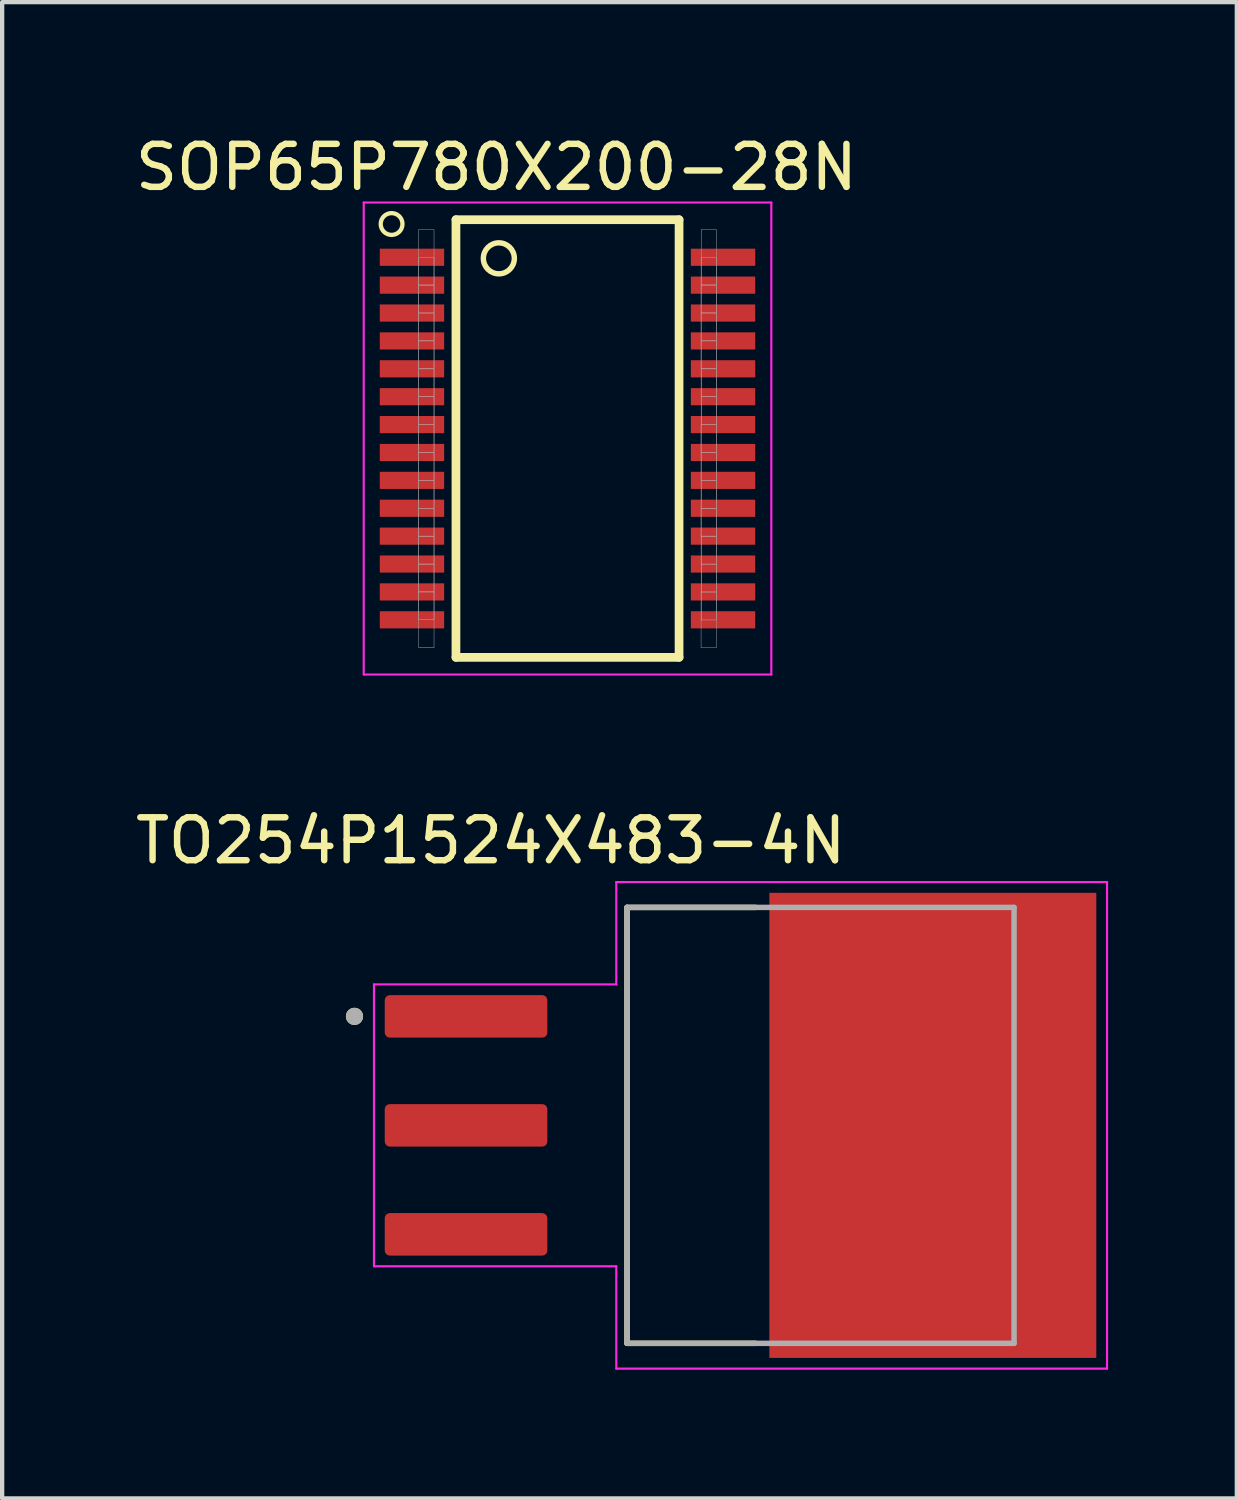
<source format=kicad_pcb>
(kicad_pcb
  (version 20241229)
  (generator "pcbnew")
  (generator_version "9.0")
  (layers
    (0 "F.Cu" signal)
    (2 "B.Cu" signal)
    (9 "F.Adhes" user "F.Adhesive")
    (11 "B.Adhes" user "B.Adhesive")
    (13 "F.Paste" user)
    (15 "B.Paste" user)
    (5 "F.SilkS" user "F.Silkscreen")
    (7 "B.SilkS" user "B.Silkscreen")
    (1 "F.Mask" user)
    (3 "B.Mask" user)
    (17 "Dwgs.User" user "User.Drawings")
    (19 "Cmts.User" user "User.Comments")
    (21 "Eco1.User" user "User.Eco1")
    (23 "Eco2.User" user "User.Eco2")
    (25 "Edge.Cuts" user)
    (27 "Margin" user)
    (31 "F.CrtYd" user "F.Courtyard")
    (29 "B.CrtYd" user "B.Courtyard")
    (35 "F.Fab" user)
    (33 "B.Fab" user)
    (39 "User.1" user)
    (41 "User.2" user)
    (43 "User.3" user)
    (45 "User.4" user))
  (footprint "SOP65P780X200-28N"
    (layer "F.Cu")
    (at 10.177 7.171)
    (property "Reference" "SOP65P780X200-28N" (at -1.658 -6.322 0) (layer "F.SilkS") (effects (font (size 1.002 1.002) (thickness 0.15))))
    (attr through_hole)
    (fp_line (start -2.6 -5.1) (end -2.6 5.1) (stroke (width 0.203) (type solid)) (layer "F.SilkS"))
    (fp_line (start -2.6 5.1) (end 2.6 5.1) (stroke (width 0.203) (type solid)) (layer "F.SilkS"))
    (fp_line (start 2.6 -5.1) (end -2.6 -5.1) (stroke (width 0.203) (type solid)) (layer "F.SilkS"))
    (fp_line (start 2.6 5.1) (end 2.6 -5.1) (stroke (width 0.203) (type solid)) (layer "F.SilkS"))
    (fp_circle (center -4.1 -5) (end -3.846 -5) (stroke (width 0.1) (type solid)) (fill no) (layer "F.SilkS"))
    (fp_circle (center -1.6 -4.2) (end -1.239 -4.2) (stroke (width 0.127) (type solid)) (fill no) (layer "F.SilkS"))
    (fp_line (start -4.75 -5.5) (end 4.75 -5.5) (stroke (width 0.05) (type solid)) (layer "F.CrtYd"))
    (fp_line (start -4.75 5.5) (end -4.75 -5.5) (stroke (width 0.05) (type solid)) (layer "F.CrtYd"))
    (fp_line (start 4.75 -5.5) (end 4.75 5.5) (stroke (width 0.05) (type solid)) (layer "F.CrtYd"))
    (fp_line (start 4.75 5.5) (end -4.75 5.5) (stroke (width 0.05) (type solid)) (layer "F.CrtYd"))
    (fp_poly (pts (xy -3.471 -4.873) (xy -3.111 -4.873) (xy -3.111 -3.581) (xy -3.471 -3.581)) (stroke (width 0.01) (type solid)) (fill no) (layer "F.Fab"))
    (fp_poly (pts (xy -3.47 -2.923) (xy -3.111 -2.923) (xy -3.111 -1.629) (xy -3.47 -1.629)) (stroke (width 0.01) (type solid)) (fill no) (layer "F.Fab"))
    (fp_poly (pts (xy -3.47 -0.323) (xy -3.111 -0.323) (xy -3.111 0.974) (xy -3.47 0.974)) (stroke (width 0.01) (type solid)) (fill no) (layer "F.Fab"))
    (fp_poly (pts (xy -3.47 0.327) (xy -3.111 0.327) (xy -3.111 1.624) (xy -3.47 1.624)) (stroke (width 0.01) (type solid)) (fill no) (layer "F.Fab"))
    (fp_poly (pts (xy -3.47 -3.573) (xy -3.111 -3.573) (xy -3.111 -2.279) (xy -3.47 -2.279)) (stroke (width 0.01) (type solid)) (fill no) (layer "F.Fab"))
    (fp_poly (pts (xy -3.47 1.627) (xy -3.111 1.627) (xy -3.111 2.925) (xy -3.47 2.925)) (stroke (width 0.01) (type solid)) (fill no) (layer "F.Fab"))
    (fp_poly (pts (xy -3.469 0.977) (xy -3.111 0.977) (xy -3.111 2.274) (xy -3.469 2.274)) (stroke (width 0.01) (type solid)) (fill no) (layer "F.Fab"))
    (fp_poly (pts (xy -3.469 -1.623) (xy -3.111 -1.623) (xy -3.111 -0.328) (xy -3.469 -0.328)) (stroke (width 0.01) (type solid)) (fill no) (layer "F.Fab"))
    (fp_poly (pts (xy -3.468 3.577) (xy -3.111 3.577) (xy -3.111 4.875) (xy -3.468 4.875)) (stroke (width 0.01) (type solid)) (fill no) (layer "F.Fab"))
    (fp_poly (pts (xy -3.468 2.927) (xy -3.111 2.927) (xy -3.111 4.224) (xy -3.468 4.224)) (stroke (width 0.01) (type solid)) (fill no) (layer "F.Fab"))
    (fp_poly (pts (xy -3.468 -4.223) (xy -3.111 -4.223) (xy -3.111 -2.928) (xy -3.468 -2.928)) (stroke (width 0.01) (type solid)) (fill no) (layer "F.Fab"))
    (fp_poly (pts (xy -3.468 -2.273) (xy -3.111 -2.273) (xy -3.111 -0.978) (xy -3.468 -0.978)) (stroke (width 0.01) (type solid)) (fill no) (layer "F.Fab"))
    (fp_poly (pts (xy -3.468 -0.973) (xy -3.111 -0.973) (xy -3.111 0.323) (xy -3.468 0.323)) (stroke (width 0.01) (type solid)) (fill no) (layer "F.Fab"))
    (fp_poly (pts (xy -3.467 2.277) (xy -3.111 2.277) (xy -3.111 3.573) (xy -3.467 3.573)) (stroke (width 0.01) (type solid)) (fill no) (layer "F.Fab"))
    (fp_poly (pts (xy 3.112 -0.323) (xy 3.467 -0.323) (xy 3.467 0.973) (xy 3.112 0.973)) (stroke (width 0.01) (type solid)) (fill no) (layer "F.Fab"))
    (fp_poly (pts (xy 3.113 3.577) (xy 3.467 3.577) (xy 3.467 4.874) (xy 3.113 4.874)) (stroke (width 0.01) (type solid)) (fill no) (layer "F.Fab"))
    (fp_poly (pts (xy 3.113 0.977) (xy 3.467 0.977) (xy 3.467 2.274) (xy 3.113 2.274)) (stroke (width 0.01) (type solid)) (fill no) (layer "F.Fab"))
    (fp_poly (pts (xy 3.114 -3.573) (xy 3.467 -3.573) (xy 3.467 -2.279) (xy 3.114 -2.279)) (stroke (width 0.01) (type solid)) (fill no) (layer "F.Fab"))
    (fp_poly (pts (xy 3.114 -2.923) (xy 3.467 -2.923) (xy 3.467 -1.629) (xy 3.114 -1.629)) (stroke (width 0.01) (type solid)) (fill no) (layer "F.Fab"))
    (fp_poly (pts (xy 3.114 -2.273) (xy 3.467 -2.273) (xy 3.467 -0.978) (xy 3.114 -0.978)) (stroke (width 0.01) (type solid)) (fill no) (layer "F.Fab"))
    (fp_poly (pts (xy 3.114 -4.223) (xy 3.467 -4.223) (xy 3.467 -2.93) (xy 3.114 -2.93)) (stroke (width 0.01) (type solid)) (fill no) (layer "F.Fab"))
    (fp_poly (pts (xy 3.114 1.627) (xy 3.467 1.627) (xy 3.467 2.926) (xy 3.114 2.926)) (stroke (width 0.01) (type solid)) (fill no) (layer "F.Fab"))
    (fp_poly (pts (xy 3.115 -0.973) (xy 3.467 -0.973) (xy 3.467 0.323) (xy 3.115 0.323)) (stroke (width 0.01) (type solid)) (fill no) (layer "F.Fab"))
    (fp_poly (pts (xy 3.116 2.277) (xy 3.467 2.277) (xy 3.467 3.577) (xy 3.116 3.577)) (stroke (width 0.01) (type solid)) (fill no) (layer "F.Fab"))
    (fp_poly (pts (xy 3.116 2.927) (xy 3.467 2.927) (xy 3.467 4.229) (xy 3.116 4.229)) (stroke (width 0.01) (type solid)) (fill no) (layer "F.Fab"))
    (fp_poly (pts (xy 3.116 -4.873) (xy 3.467 -4.873) (xy 3.467 -3.583) (xy 3.116 -3.583)) (stroke (width 0.01) (type solid)) (fill no) (layer "F.Fab"))
    (fp_poly (pts (xy 3.117 -1.623) (xy 3.467 -1.623) (xy 3.467 -0.328) (xy 3.117 -0.328)) (stroke (width 0.01) (type solid)) (fill no) (layer "F.Fab"))
    (fp_poly (pts (xy 3.117 0.327) (xy 3.467 0.327) (xy 3.467 1.626) (xy 3.117 1.626)) (stroke (width 0.01) (type solid)) (fill no) (layer "F.Fab"))
    (pad "1" smd rect (at -3.625 -4.225) (size 1.5 0.4) (layers "F.Cu" "F.Mask" "F.Paste"))
    (pad "2" smd rect (at -3.625 -3.575) (size 1.5 0.4) (layers "F.Cu" "F.Mask" "F.Paste"))
    (pad "3" smd rect (at -3.625 -2.925) (size 1.5 0.4) (layers "F.Cu" "F.Mask" "F.Paste"))
    (pad "4" smd rect (at -3.625 -2.275) (size 1.5 0.4) (layers "F.Cu" "F.Mask" "F.Paste"))
    (pad "5" smd rect (at -3.625 -1.625) (size 1.5 0.4) (layers "F.Cu" "F.Mask" "F.Paste"))
    (pad "6" smd rect (at -3.625 -0.975) (size 1.5 0.4) (layers "F.Cu" "F.Mask" "F.Paste"))
    (pad "7" smd rect (at -3.625 -0.325) (size 1.5 0.4) (layers "F.Cu" "F.Mask" "F.Paste"))
    (pad "8" smd rect (at -3.625 0.325) (size 1.5 0.4) (layers "F.Cu" "F.Mask" "F.Paste"))
    (pad "9" smd rect (at -3.625 0.975) (size 1.5 0.4) (layers "F.Cu" "F.Mask" "F.Paste"))
    (pad "10" smd rect (at -3.625 1.625) (size 1.5 0.4) (layers "F.Cu" "F.Mask" "F.Paste"))
    (pad "11" smd rect (at -3.625 2.275) (size 1.5 0.4) (layers "F.Cu" "F.Mask" "F.Paste"))
    (pad "12" smd rect (at -3.625 2.925) (size 1.5 0.4) (layers "F.Cu" "F.Mask" "F.Paste"))
    (pad "13" smd rect (at -3.625 3.575) (size 1.5 0.4) (layers "F.Cu" "F.Mask" "F.Paste"))
    (pad "14" smd rect (at -3.625 4.225) (size 1.5 0.4) (layers "F.Cu" "F.Mask" "F.Paste"))
    (pad "15" smd rect (at 3.625 4.225) (size 1.5 0.4) (layers "F.Cu" "F.Mask" "F.Paste"))
    (pad "16" smd rect (at 3.625 3.575) (size 1.5 0.4) (layers "F.Cu" "F.Mask" "F.Paste"))
    (pad "17" smd rect (at 3.625 2.925) (size 1.5 0.4) (layers "F.Cu" "F.Mask" "F.Paste"))
    (pad "18" smd rect (at 3.625 2.275) (size 1.5 0.4) (layers "F.Cu" "F.Mask" "F.Paste"))
    (pad "19" smd rect (at 3.625 1.625) (size 1.5 0.4) (layers "F.Cu" "F.Mask" "F.Paste"))
    (pad "20" smd rect (at 3.625 0.975) (size 1.5 0.4) (layers "F.Cu" "F.Mask" "F.Paste"))
    (pad "21" smd rect (at 3.625 0.325) (size 1.5 0.4) (layers "F.Cu" "F.Mask" "F.Paste"))
    (pad "22" smd rect (at 3.625 -0.325) (size 1.5 0.4) (layers "F.Cu" "F.Mask" "F.Paste"))
    (pad "23" smd rect (at 3.625 -0.975) (size 1.5 0.4) (layers "F.Cu" "F.Mask" "F.Paste"))
    (pad "24" smd rect (at 3.625 -1.625) (size 1.5 0.4) (layers "F.Cu" "F.Mask" "F.Paste"))
    (pad "25" smd rect (at 3.625 -2.275) (size 1.5 0.4) (layers "F.Cu" "F.Mask" "F.Paste"))
    (pad "26" smd rect (at 3.625 -2.925) (size 1.5 0.4) (layers "F.Cu" "F.Mask" "F.Paste"))
    (pad "27" smd rect (at 3.625 -3.575) (size 1.5 0.4) (layers "F.Cu" "F.Mask" "F.Paste"))
    (pad "28" smd rect (at 3.625 -4.225) (size 1.5 0.4) (layers "F.Cu" "F.Mask" "F.Paste")))
  (footprint "TO254P1524X483-4N"
    (layer "F.Cu")
    (at 14.212 23.179)
    (property "Reference" "TO254P1524X483-4N" (at -5.825 -6.635 0) (layer "F.SilkS") (effects (font (size 1 1) (thickness 0.15))))
    (attr through_hole)
    (fp_line (start -2.648 -5.08) (end -2.648 5.08) (stroke (width 0.127) (type solid)) (layer "F.SilkS"))
    (fp_line (start -2.648 5.08) (end 0.35 5.08) (stroke (width 0.127) (type solid)) (layer "F.SilkS"))
    (fp_line (start 0.35 -5.08) (end -2.648 -5.08) (stroke (width 0.127) (type solid)) (layer "F.SilkS"))
    (fp_circle (center -9 -2.54) (end -8.9 -2.54) (stroke (width 0.2) (type solid)) (fill no) (layer "F.SilkS"))
    (fp_poly (pts (xy 1.215 -5.13) (xy 2.665 -5.13) (xy 2.665 -3.87) (xy 1.215 -3.87)) (stroke (width 0.01) (type solid)) (fill yes) (layer "F.Paste"))
    (fp_poly (pts (xy 1.215 -3.33) (xy 2.665 -3.33) (xy 2.665 -2.07) (xy 1.215 -2.07)) (stroke (width 0.01) (type solid)) (fill yes) (layer "F.Paste"))
    (fp_poly (pts (xy 1.215 -1.53) (xy 2.665 -1.53) (xy 2.665 -0.27) (xy 1.215 -0.27)) (stroke (width 0.01) (type solid)) (fill yes) (layer "F.Paste"))
    (fp_poly (pts (xy 1.215 0.27) (xy 2.665 0.27) (xy 2.665 1.53) (xy 1.215 1.53)) (stroke (width 0.01) (type solid)) (fill yes) (layer "F.Paste"))
    (fp_poly (pts (xy 1.215 2.07) (xy 2.665 2.07) (xy 2.665 3.33) (xy 1.215 3.33)) (stroke (width 0.01) (type solid)) (fill yes) (layer "F.Paste"))
    (fp_poly (pts (xy 1.215 3.87) (xy 2.665 3.87) (xy 2.665 5.13) (xy 1.215 5.13)) (stroke (width 0.01) (type solid)) (fill yes) (layer "F.Paste"))
    (fp_poly (pts (xy 3.755 -5.13) (xy 5.205 -5.13) (xy 5.205 -3.87) (xy 3.755 -3.87)) (stroke (width 0.01) (type solid)) (fill yes) (layer "F.Paste"))
    (fp_poly (pts (xy 3.755 -3.33) (xy 5.205 -3.33) (xy 5.205 -2.07) (xy 3.755 -2.07)) (stroke (width 0.01) (type solid)) (fill yes) (layer "F.Paste"))
    (fp_poly (pts (xy 3.755 -1.53) (xy 5.205 -1.53) (xy 5.205 -0.27) (xy 3.755 -0.27)) (stroke (width 0.01) (type solid)) (fill yes) (layer "F.Paste"))
    (fp_poly (pts (xy 3.755 0.27) (xy 5.205 0.27) (xy 5.205 1.53) (xy 3.755 1.53)) (stroke (width 0.01) (type solid)) (fill yes) (layer "F.Paste"))
    (fp_poly (pts (xy 3.755 2.07) (xy 5.205 2.07) (xy 5.205 3.33) (xy 3.755 3.33)) (stroke (width 0.01) (type solid)) (fill yes) (layer "F.Paste"))
    (fp_poly (pts (xy 3.755 3.87) (xy 5.205 3.87) (xy 5.205 5.13) (xy 3.755 5.13)) (stroke (width 0.01) (type solid)) (fill yes) (layer "F.Paste"))
    (fp_poly (pts (xy 6.295 -5.13) (xy 7.745 -5.13) (xy 7.745 -3.87) (xy 6.295 -3.87)) (stroke (width 0.01) (type solid)) (fill yes) (layer "F.Paste"))
    (fp_poly (pts (xy 6.295 -3.33) (xy 7.745 -3.33) (xy 7.745 -2.07) (xy 6.295 -2.07)) (stroke (width 0.01) (type solid)) (fill yes) (layer "F.Paste"))
    (fp_poly (pts (xy 6.295 -1.53) (xy 7.745 -1.53) (xy 7.745 -0.27) (xy 6.295 -0.27)) (stroke (width 0.01) (type solid)) (fill yes) (layer "F.Paste"))
    (fp_poly (pts (xy 6.295 0.27) (xy 7.745 0.27) (xy 7.745 1.53) (xy 6.295 1.53)) (stroke (width 0.01) (type solid)) (fill yes) (layer "F.Paste"))
    (fp_poly (pts (xy 6.295 2.07) (xy 7.745 2.07) (xy 7.745 3.33) (xy 6.295 3.33)) (stroke (width 0.01) (type solid)) (fill yes) (layer "F.Paste"))
    (fp_poly (pts (xy 6.295 3.87) (xy 7.745 3.87) (xy 7.745 5.13) (xy 6.295 5.13)) (stroke (width 0.01) (type solid)) (fill yes) (layer "F.Paste"))
    (fp_line (start -8.545 -3.285) (end -8.545 3.285) (stroke (width 0.05) (type solid)) (layer "F.CrtYd"))
    (fp_line (start -8.545 3.285) (end -2.898 3.285) (stroke (width 0.05) (type solid)) (layer "F.CrtYd"))
    (fp_line (start -2.898 -5.67) (end -2.898 -3.285) (stroke (width 0.05) (type solid)) (layer "F.CrtYd"))
    (fp_line (start -2.898 -3.285) (end -8.545 -3.285) (stroke (width 0.05) (type solid)) (layer "F.CrtYd"))
    (fp_line (start -2.898 3.285) (end -2.898 5.67) (stroke (width 0.05) (type solid)) (layer "F.CrtYd"))
    (fp_line (start -2.898 5.67) (end 8.54 5.67) (stroke (width 0.05) (type solid)) (layer "F.CrtYd"))
    (fp_line (start 8.54 -5.67) (end -2.898 -5.67) (stroke (width 0.05) (type solid)) (layer "F.CrtYd"))
    (fp_line (start 8.54 5.67) (end 8.54 -5.67) (stroke (width 0.05) (type solid)) (layer "F.CrtYd"))
    (fp_line (start -2.648 -5.08) (end 6.373 -5.08) (stroke (width 0.127) (type solid)) (layer "F.Fab"))
    (fp_line (start -2.648 5.08) (end -2.648 -5.08) (stroke (width 0.127) (type solid)) (layer "F.Fab"))
    (fp_line (start 6.373 -5.08) (end 6.373 5.08) (stroke (width 0.127) (type solid)) (layer "F.Fab"))
    (fp_line (start 6.373 5.08) (end -2.648 5.08) (stroke (width 0.127) (type solid)) (layer "F.Fab"))
    (fp_circle (center -9 -2.54) (end -8.9 -2.54) (stroke (width 0.2) (type solid)) (fill no) (layer "F.Fab"))
    (pad "1" smd roundrect (at -6.4 -2.54) (size 3.79 0.99) (layers "F.Cu" "F.Mask" "F.Paste") (roundrect_rratio 0.12))
    (pad "2" smd roundrect (at -6.4 0) (size 3.79 0.99) (layers "F.Cu" "F.Mask" "F.Paste") (roundrect_rratio 0.12))
    (pad "3" smd roundrect (at -6.4 2.54) (size 3.79 0.99) (layers "F.Cu" "F.Mask" "F.Paste") (roundrect_rratio 0.12))
    (pad "4" smd rect (at 4.48 0) (size 7.62 10.84) (layers "F.Cu" "F.Mask")))
  (gr_rect
    (start -3 -3)
    (end 25.777 31.874)
    (stroke (width 0.1) (type default))
    (fill no)
    (layer "Edge.Cuts")))
</source>
